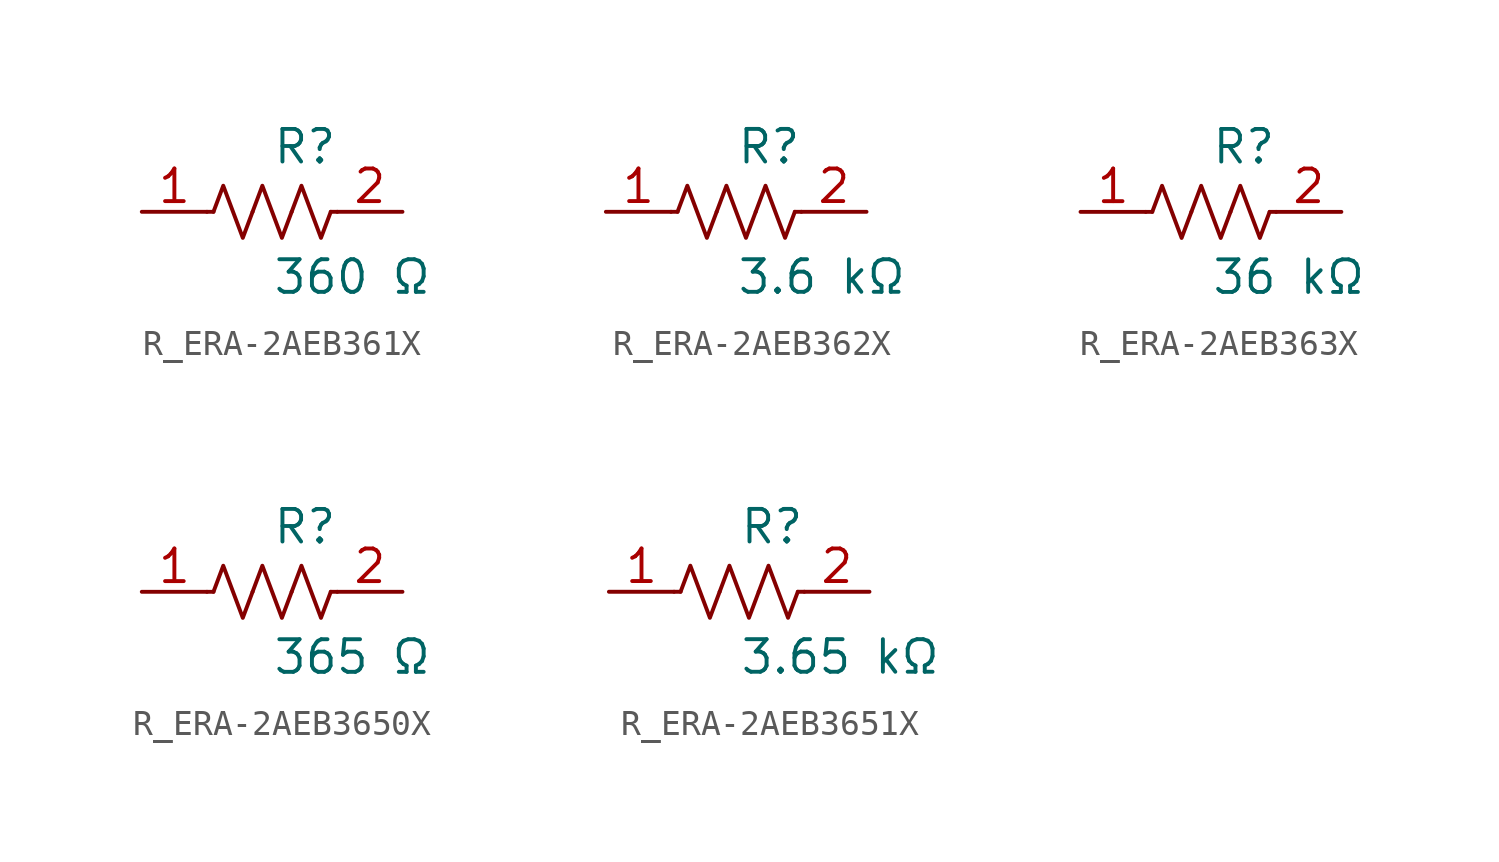
<source format=kicad_sym>
(kicad_symbol_lib
  (version 20231120)
  (generator kicad_symbol_editor)
  (generator_version 8.0)
  (symbol "R_ERA-2AEB361X"
    (pin_names
      (offset 0.254))
    (property "Reference" "R"
      (at 0.0 2.54 0)
      (effects (font (size 1.27 1.27)) (justify left)))
    (property "Value" "360 Ω"
      (at 0.0 -2.54 0)
      (effects (font (size 1.27 1.27)) (justify left)))
    (symbol "R_ERA-2AEB361X_0_1"
      (polyline (pts (xy 2.286 0) (xy 2.54 0)) (stroke (width 0) (type default)) (fill (type none)))
      (polyline (pts (xy -2.286 0) (xy -2.54 0)) (stroke (width 0) (type default)) (fill (type none)))
      (polyline (pts (xy 0.762 0) (xy 1.143 1.016) (xy 1.524 0) (xy 1.905 -1.016) (xy 2.286 0)) (stroke (width 0) (type default)) (fill (type none)))
      (polyline (pts (xy -0.762 0) (xy -0.381 1.016) (xy 0 0) (xy 0.381 -1.016) (xy 0.762 0)) (stroke (width 0) (type default)) (fill (type none)))
      (polyline (pts (xy -2.286 0) (xy -1.905 1.016) (xy -1.524 0) (xy -1.143 -1.016) (xy -0.762 0)) (stroke (width 0) (type default)) (fill (type none))))
    (pin unspecified line
      (at -5.08 0 0)
      (length 2.54)
      (name "" (effects (font (size 1.27 1.27))))
      (number "1" (effects (font (size 1.27 1.27)))))
    (pin unspecified line
      (at 5.08 0 180)
      (length 2.54)
      (name "" (effects (font (size 1.27 1.27))))
      (number "2" (effects (font (size 1.27 1.27))))))
  (symbol "R_ERA-2AEB362X"
    (pin_names
      (offset 0.254))
    (property "Reference" "R"
      (at 0.0 2.54 0)
      (effects (font (size 1.27 1.27)) (justify left)))
    (property "Value" "3.6 kΩ"
      (at 0.0 -2.54 0)
      (effects (font (size 1.27 1.27)) (justify left)))
    (symbol "R_ERA-2AEB362X_0_1"
      (polyline (pts (xy 2.286 0) (xy 2.54 0)) (stroke (width 0) (type default)) (fill (type none)))
      (polyline (pts (xy -2.286 0) (xy -2.54 0)) (stroke (width 0) (type default)) (fill (type none)))
      (polyline (pts (xy 0.762 0) (xy 1.143 1.016) (xy 1.524 0) (xy 1.905 -1.016) (xy 2.286 0)) (stroke (width 0) (type default)) (fill (type none)))
      (polyline (pts (xy -0.762 0) (xy -0.381 1.016) (xy 0 0) (xy 0.381 -1.016) (xy 0.762 0)) (stroke (width 0) (type default)) (fill (type none)))
      (polyline (pts (xy -2.286 0) (xy -1.905 1.016) (xy -1.524 0) (xy -1.143 -1.016) (xy -0.762 0)) (stroke (width 0) (type default)) (fill (type none))))
    (pin unspecified line
      (at -5.08 0 0)
      (length 2.54)
      (name "" (effects (font (size 1.27 1.27))))
      (number "1" (effects (font (size 1.27 1.27)))))
    (pin unspecified line
      (at 5.08 0 180)
      (length 2.54)
      (name "" (effects (font (size 1.27 1.27))))
      (number "2" (effects (font (size 1.27 1.27))))))
  (symbol "R_ERA-2AEB363X"
    (pin_names
      (offset 0.254))
    (property "Reference" "R"
      (at 0.0 2.54 0)
      (effects (font (size 1.27 1.27)) (justify left)))
    (property "Value" "36 kΩ"
      (at 0.0 -2.54 0)
      (effects (font (size 1.27 1.27)) (justify left)))
    (symbol "R_ERA-2AEB363X_0_1"
      (polyline (pts (xy 2.286 0) (xy 2.54 0)) (stroke (width 0) (type default)) (fill (type none)))
      (polyline (pts (xy -2.286 0) (xy -2.54 0)) (stroke (width 0) (type default)) (fill (type none)))
      (polyline (pts (xy 0.762 0) (xy 1.143 1.016) (xy 1.524 0) (xy 1.905 -1.016) (xy 2.286 0)) (stroke (width 0) (type default)) (fill (type none)))
      (polyline (pts (xy -0.762 0) (xy -0.381 1.016) (xy 0 0) (xy 0.381 -1.016) (xy 0.762 0)) (stroke (width 0) (type default)) (fill (type none)))
      (polyline (pts (xy -2.286 0) (xy -1.905 1.016) (xy -1.524 0) (xy -1.143 -1.016) (xy -0.762 0)) (stroke (width 0) (type default)) (fill (type none))))
    (pin unspecified line
      (at -5.08 0 0)
      (length 2.54)
      (name "" (effects (font (size 1.27 1.27))))
      (number "1" (effects (font (size 1.27 1.27)))))
    (pin unspecified line
      (at 5.08 0 180)
      (length 2.54)
      (name "" (effects (font (size 1.27 1.27))))
      (number "2" (effects (font (size 1.27 1.27))))))
  (symbol "R_ERA-2AEB3650X"
    (pin_names
      (offset 0.254))
    (property "Reference" "R"
      (at 0.0 2.54 0)
      (effects (font (size 1.27 1.27)) (justify left)))
    (property "Value" "365 Ω"
      (at 0.0 -2.54 0)
      (effects (font (size 1.27 1.27)) (justify left)))
    (symbol "R_ERA-2AEB3650X_0_1"
      (polyline (pts (xy 2.286 0) (xy 2.54 0)) (stroke (width 0) (type default)) (fill (type none)))
      (polyline (pts (xy -2.286 0) (xy -2.54 0)) (stroke (width 0) (type default)) (fill (type none)))
      (polyline (pts (xy 0.762 0) (xy 1.143 1.016) (xy 1.524 0) (xy 1.905 -1.016) (xy 2.286 0)) (stroke (width 0) (type default)) (fill (type none)))
      (polyline (pts (xy -0.762 0) (xy -0.381 1.016) (xy 0 0) (xy 0.381 -1.016) (xy 0.762 0)) (stroke (width 0) (type default)) (fill (type none)))
      (polyline (pts (xy -2.286 0) (xy -1.905 1.016) (xy -1.524 0) (xy -1.143 -1.016) (xy -0.762 0)) (stroke (width 0) (type default)) (fill (type none))))
    (pin unspecified line
      (at -5.08 0 0)
      (length 2.54)
      (name "" (effects (font (size 1.27 1.27))))
      (number "1" (effects (font (size 1.27 1.27)))))
    (pin unspecified line
      (at 5.08 0 180)
      (length 2.54)
      (name "" (effects (font (size 1.27 1.27))))
      (number "2" (effects (font (size 1.27 1.27))))))
  (symbol "R_ERA-2AEB3651X"
    (pin_names
      (offset 0.254))
    (property "Reference" "R"
      (at 0.0 2.54 0)
      (effects (font (size 1.27 1.27)) (justify left)))
    (property "Value" "3.65 kΩ"
      (at 0.0 -2.54 0)
      (effects (font (size 1.27 1.27)) (justify left)))
    (symbol "R_ERA-2AEB3651X_0_1"
      (polyline (pts (xy 2.286 0) (xy 2.54 0)) (stroke (width 0) (type default)) (fill (type none)))
      (polyline (pts (xy -2.286 0) (xy -2.54 0)) (stroke (width 0) (type default)) (fill (type none)))
      (polyline (pts (xy 0.762 0) (xy 1.143 1.016) (xy 1.524 0) (xy 1.905 -1.016) (xy 2.286 0)) (stroke (width 0) (type default)) (fill (type none)))
      (polyline (pts (xy -0.762 0) (xy -0.381 1.016) (xy 0 0) (xy 0.381 -1.016) (xy 0.762 0)) (stroke (width 0) (type default)) (fill (type none)))
      (polyline (pts (xy -2.286 0) (xy -1.905 1.016) (xy -1.524 0) (xy -1.143 -1.016) (xy -0.762 0)) (stroke (width 0) (type default)) (fill (type none))))
    (pin unspecified line
      (at -5.08 0 0)
      (length 2.54)
      (name "" (effects (font (size 1.27 1.27))))
      (number "1" (effects (font (size 1.27 1.27)))))
    (pin unspecified line
      (at 5.08 0 180)
      (length 2.54)
      (name "" (effects (font (size 1.27 1.27))))
      (number "2" (effects (font (size 1.27 1.27)))))))
</source>
